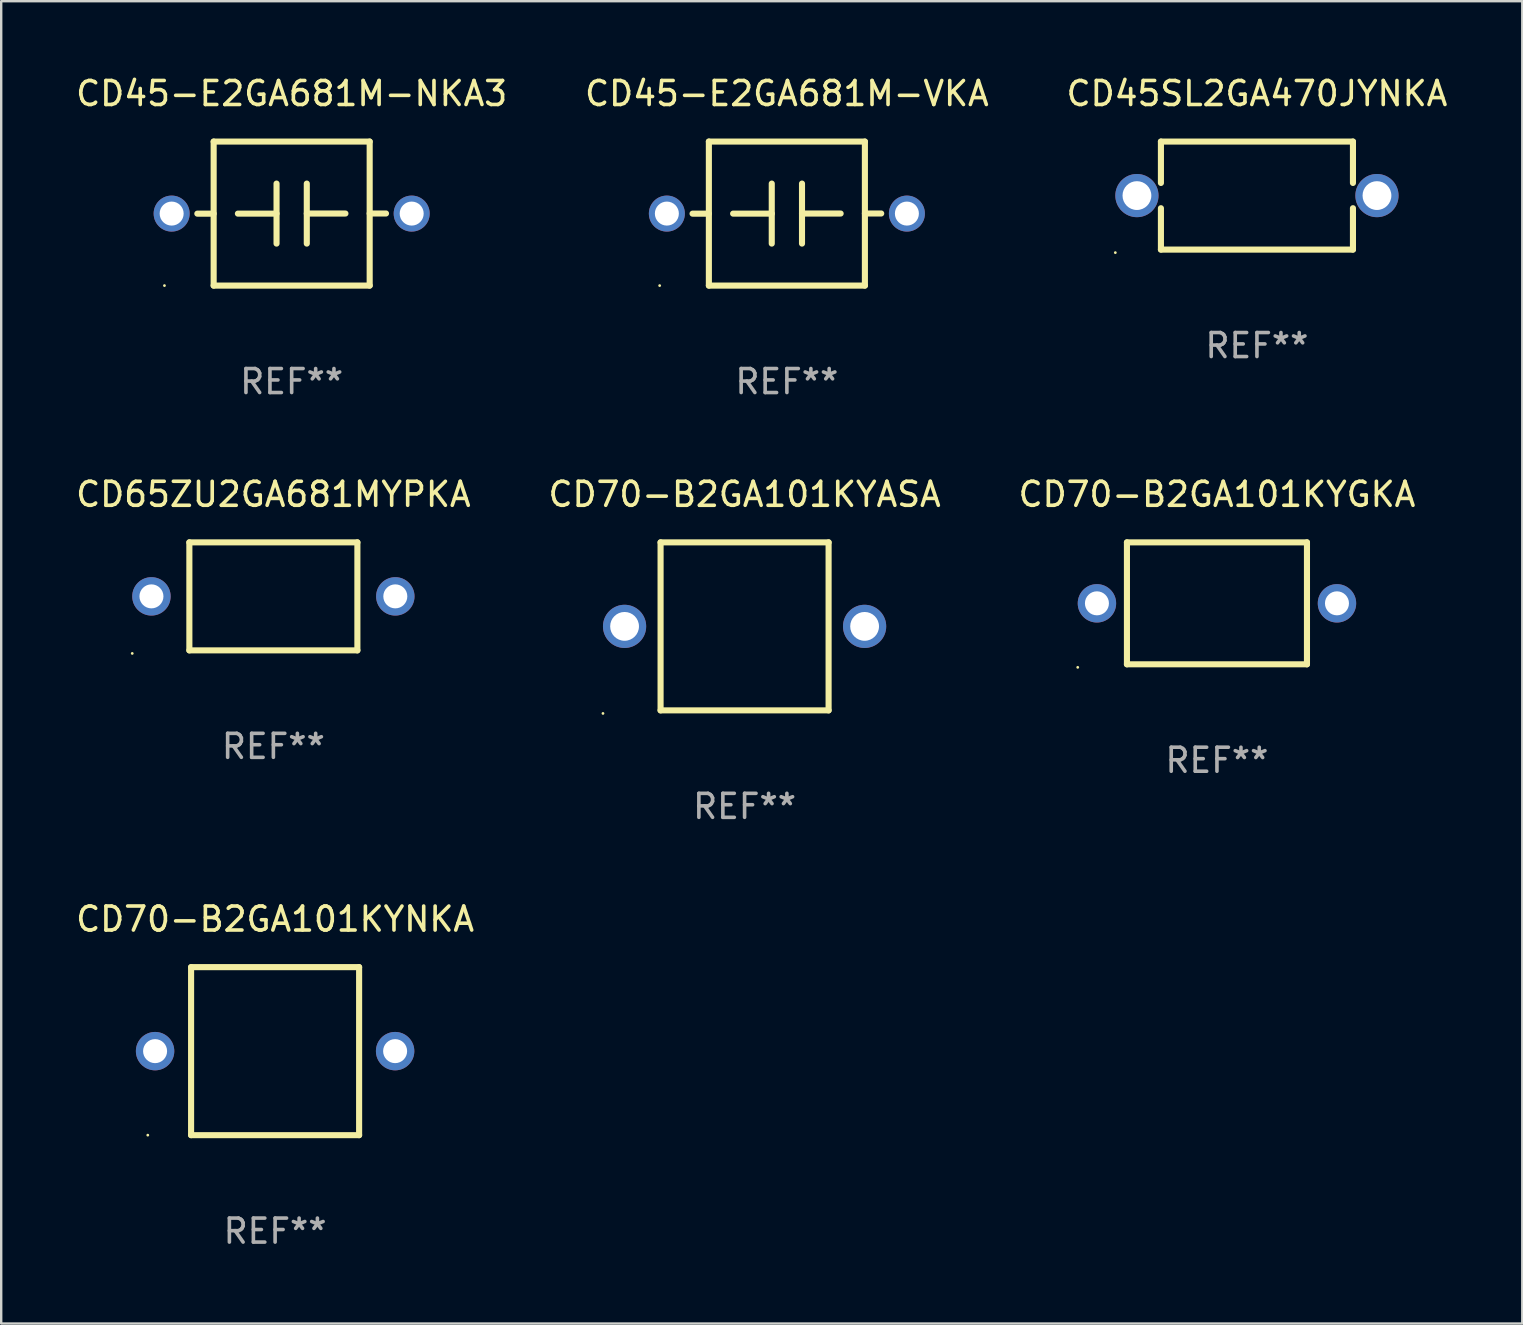
<source format=kicad_pcb>
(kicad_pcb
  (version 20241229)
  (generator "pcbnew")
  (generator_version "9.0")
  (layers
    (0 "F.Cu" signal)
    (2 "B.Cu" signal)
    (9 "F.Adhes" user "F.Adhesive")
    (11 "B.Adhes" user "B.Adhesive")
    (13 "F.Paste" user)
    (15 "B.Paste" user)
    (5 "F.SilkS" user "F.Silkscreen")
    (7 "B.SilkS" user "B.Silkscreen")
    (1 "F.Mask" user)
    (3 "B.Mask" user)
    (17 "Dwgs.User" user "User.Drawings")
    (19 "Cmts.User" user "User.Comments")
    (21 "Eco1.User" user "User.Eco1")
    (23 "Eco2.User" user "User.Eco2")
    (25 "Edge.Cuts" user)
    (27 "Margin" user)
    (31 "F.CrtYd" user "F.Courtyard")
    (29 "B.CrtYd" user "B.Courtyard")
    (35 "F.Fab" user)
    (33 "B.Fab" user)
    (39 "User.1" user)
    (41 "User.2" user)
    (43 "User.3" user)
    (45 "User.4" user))
  (footprint "CD45-E2GA681M-NKA3"
    (layer "F.Cu")
    (at 9.101 5.848)
    (property "Reference" "CD45-E2GA681M-NKA3" (at 0 -5 0) (layer "F.SilkS") (effects (font (size 1 1) (thickness 0.15))))
    (attr through_hole)
    (fp_line (start -3.25 0.003) (end -3.93 0.003) (stroke (width 0.254) (type solid)) (layer "F.SilkS"))
    (fp_line (start -3.25 -3) (end -3.25 3) (stroke (width 0.254) (type solid)) (layer "F.SilkS"))
    (fp_line (start -3.25 -3) (end 3.25 -3) (stroke (width 0.254) (type solid)) (layer "F.SilkS"))
    (fp_line (start -0.63 -1.25) (end -0.63 1.25) (stroke (width 0.254) (type solid)) (layer "F.SilkS"))
    (fp_line (start -0.63 0.002) (end -2.24 0.002) (stroke (width 0.254) (type solid)) (layer "F.SilkS"))
    (fp_line (start 0.63 -0.002) (end 2.24 -0.002) (stroke (width 0.254) (type solid)) (layer "F.SilkS"))
    (fp_line (start 0.63 1.25) (end 0.63 -1.25) (stroke (width 0.254) (type solid)) (layer "F.SilkS"))
    (fp_line (start 3.25 -3) (end 3.25 3) (stroke (width 0.254) (type solid)) (layer "F.SilkS"))
    (fp_line (start 3.25 -0.004) (end 3.93 -0.004) (stroke (width 0.254) (type solid)) (layer "F.SilkS"))
    (fp_line (start 3.25 3) (end -3.25 3) (stroke (width 0.254) (type solid)) (layer "F.SilkS"))
    (fp_circle (center -5.3 3) (end -5.27 3) (stroke (width 0.06) (type solid)) (fill no) (layer "F.SilkS"))
    (fp_text user "REF**" (at 0 7 0) (layer "F.Fab") (effects (font (size 1 1) (thickness 0.15))))
    (pad "1" thru_hole circle (at -5 0) (size 1.5 1.5) (drill 1) (layers "*.Cu" "*.Mask"))
    (pad "2" thru_hole circle (at 5 0) (size 1.5 1.5) (drill 1) (layers "*.Cu" "*.Mask")))
  (footprint "CD45-E2GA681M-VKA"
    (layer "F.Cu")
    (at 29.732 5.848)
    (property "Reference" "CD45-E2GA681M-VKA" (at 0 -5 0) (layer "F.SilkS") (effects (font (size 1 1) (thickness 0.15))))
    (attr through_hole)
    (fp_line (start -3.25 0.003) (end -3.93 0.003) (stroke (width 0.254) (type solid)) (layer "F.SilkS"))
    (fp_line (start -3.25 -3) (end -3.25 3) (stroke (width 0.254) (type solid)) (layer "F.SilkS"))
    (fp_line (start -3.25 -3) (end 3.25 -3) (stroke (width 0.254) (type solid)) (layer "F.SilkS"))
    (fp_line (start -0.63 -1.25) (end -0.63 1.25) (stroke (width 0.254) (type solid)) (layer "F.SilkS"))
    (fp_line (start -0.63 0.002) (end -2.24 0.002) (stroke (width 0.254) (type solid)) (layer "F.SilkS"))
    (fp_line (start 0.63 -0.002) (end 2.24 -0.002) (stroke (width 0.254) (type solid)) (layer "F.SilkS"))
    (fp_line (start 0.63 1.25) (end 0.63 -1.25) (stroke (width 0.254) (type solid)) (layer "F.SilkS"))
    (fp_line (start 3.25 -3) (end 3.25 3) (stroke (width 0.254) (type solid)) (layer "F.SilkS"))
    (fp_line (start 3.25 -0.004) (end 3.93 -0.004) (stroke (width 0.254) (type solid)) (layer "F.SilkS"))
    (fp_line (start 3.25 3) (end -3.25 3) (stroke (width 0.254) (type solid)) (layer "F.SilkS"))
    (fp_circle (center -5.3 3) (end -5.27 3) (stroke (width 0.06) (type solid)) (fill no) (layer "F.SilkS"))
    (fp_text user "REF**" (at 0 7 0) (layer "F.Fab") (effects (font (size 1 1) (thickness 0.15))))
    (pad "1" thru_hole circle (at -5 0) (size 1.5 1.5) (drill 1) (layers "*.Cu" "*.Mask"))
    (pad "2" thru_hole circle (at 5 0) (size 1.5 1.5) (drill 1) (layers "*.Cu" "*.Mask")))
  (footprint "CD65ZU2GA681MYPKA"
    (layer "F.Cu")
    (at 8.339 21.795)
    (property "Reference" "CD65ZU2GA681MYPKA" (at 0 -4.25 0) (layer "F.SilkS") (effects (font (size 1 1) (thickness 0.15))))
    (attr through_hole)
    (fp_line (start -3.5 -2.25) (end 3.5 -2.25) (stroke (width 0.254) (type solid)) (layer "F.SilkS"))
    (fp_line (start -3.5 2.25) (end -3.5 -2.25) (stroke (width 0.254) (type solid)) (layer "F.SilkS"))
    (fp_line (start 3.5 -2.25) (end 3.5 2.25) (stroke (width 0.254) (type solid)) (layer "F.SilkS"))
    (fp_line (start 3.5 2.25) (end -3.5 2.25) (stroke (width 0.254) (type solid)) (layer "F.SilkS"))
    (fp_circle (center -5.88 2.377) (end -5.85 2.377) (stroke (width 0.06) (type solid)) (fill no) (layer "F.SilkS"))
    (fp_text user "REF**" (at 0 6.25 0) (layer "F.Fab") (effects (font (size 1 1) (thickness 0.15))))
    (pad "1" thru_hole circle (at -5.08 0) (size 1.6 1.6) (drill 1) (layers "*.Cu" "*.Mask"))
    (pad "2" thru_hole circle (at 5.08 0) (size 1.6 1.6) (drill 1) (layers "*.Cu" "*.Mask")))
  (footprint "CD70-B2GA101KYNKA"
    (layer "F.Cu")
    (at 8.411 40.741)
    (property "Reference" "CD70-B2GA101KYNKA" (at 0 -5.5 0) (layer "F.SilkS") (effects (font (size 1 1) (thickness 0.15))))
    (attr through_hole)
    (fp_line (start -3.5 -3.5) (end 3.5 -3.5) (stroke (width 0.254) (type solid)) (layer "F.SilkS"))
    (fp_line (start -3.5 3.5) (end -3.5 -3.5) (stroke (width 0.254) (type solid)) (layer "F.SilkS"))
    (fp_line (start 3.5 -3.5) (end 3.5 3.5) (stroke (width 0.254) (type solid)) (layer "F.SilkS"))
    (fp_line (start 3.5 3.5) (end -3.5 3.5) (stroke (width 0.254) (type solid)) (layer "F.SilkS"))
    (fp_circle (center -5.304 3.5) (end -5.274 3.5) (stroke (width 0.06) (type solid)) (fill no) (layer "F.SilkS"))
    (fp_text user "REF**" (at 0 7.5 0) (layer "F.Fab") (effects (font (size 1 1) (thickness 0.15))))
    (pad "1" thru_hole circle (at -5 0) (size 1.6 1.6) (drill 1) (layers "*.Cu" "*.Mask"))
    (pad "2" thru_hole circle (at 5 0) (size 1.6 1.6) (drill 1) (layers "*.Cu" "*.Mask")))
  (footprint "CD45SL2GA470JYNKA"
    (layer "F.Cu")
    (at 49.315 5.098)
    (property "Reference" "CD45SL2GA470JYNKA" (at 0 -4.25 0) (layer "F.SilkS") (effects (font (size 1 1) (thickness 0.15))))
    (attr through_hole)
    (fp_line (start -4 -2.25) (end -4 -0.526) (stroke (width 0.254) (type solid)) (layer "F.SilkS"))
    (fp_line (start -4 -2.25) (end 4 -2.25) (stroke (width 0.254) (type solid)) (layer "F.SilkS"))
    (fp_line (start -4 0.526) (end -4 2.25) (stroke (width 0.254) (type solid)) (layer "F.SilkS"))
    (fp_line (start 4 -2.25) (end 4 -0.526) (stroke (width 0.254) (type solid)) (layer "F.SilkS"))
    (fp_line (start 4 0.526) (end 4 2.25) (stroke (width 0.254) (type solid)) (layer "F.SilkS"))
    (fp_line (start 4 2.25) (end -4 2.25) (stroke (width 0.254) (type solid)) (layer "F.SilkS"))
    (fp_circle (center -5.9 2.377) (end -5.87 2.377) (stroke (width 0.06) (type solid)) (fill no) (layer "F.SilkS"))
    (fp_text user "REF**" (at 0 6.25 0) (layer "F.Fab") (effects (font (size 1 1) (thickness 0.15))))
    (pad "1" thru_hole circle (at -5 0) (size 1.8 1.8) (drill 1.2) (layers "*.Cu" "*.Mask"))
    (pad "2" thru_hole circle (at 5 0) (size 1.8 1.8) (drill 1.2) (layers "*.Cu" "*.Mask")))
  (footprint "CD70-B2GA101KYGKA"
    (layer "F.Cu")
    (at 47.649 22.085)
    (property "Reference" "CD70-B2GA101KYGKA" (at 0 -4.54 0) (layer "F.SilkS") (effects (font (size 1 1) (thickness 0.15))))
    (attr through_hole)
    (fp_line (start -3.75 -2.54) (end 3.75 -2.54) (stroke (width 0.254) (type solid)) (layer "F.SilkS"))
    (fp_line (start -3.75 2.54) (end -3.75 -2.54) (stroke (width 0.254) (type solid)) (layer "F.SilkS"))
    (fp_line (start 3.75 -2.54) (end 3.75 2.54) (stroke (width 0.254) (type solid)) (layer "F.SilkS"))
    (fp_line (start 3.75 2.54) (end -3.75 2.54) (stroke (width 0.254) (type solid)) (layer "F.SilkS"))
    (fp_circle (center -5.8 2.667) (end -5.77 2.667) (stroke (width 0.06) (type solid)) (fill no) (layer "F.SilkS"))
    (fp_text user "REF**" (at 0 6.54 0) (layer "F.Fab") (effects (font (size 1 1) (thickness 0.15))))
    (pad "1" thru_hole circle (at -5 0) (size 1.6 1.6) (drill 1) (layers "*.Cu" "*.Mask"))
    (pad "2" thru_hole circle (at 5 0) (size 1.6 1.6) (drill 1) (layers "*.Cu" "*.Mask")))
  (footprint "CD70-B2GA101KYASA"
    (layer "F.Cu")
    (at 27.97 23.045)
    (property "Reference" "CD70-B2GA101KYASA" (at 0 -5.5 0) (layer "F.SilkS") (effects (font (size 1 1) (thickness 0.15))))
    (attr through_hole)
    (fp_line (start -3.5 -3.5) (end 3.5 -3.5) (stroke (width 0.254) (type solid)) (layer "F.SilkS"))
    (fp_line (start -3.5 3.5) (end -3.5 -3.5) (stroke (width 0.254) (type solid)) (layer "F.SilkS"))
    (fp_line (start 3.5 -3.5) (end 3.5 3.5) (stroke (width 0.254) (type solid)) (layer "F.SilkS"))
    (fp_line (start 3.5 3.5) (end -3.5 3.5) (stroke (width 0.254) (type solid)) (layer "F.SilkS"))
    (fp_circle (center -5.9 3.627) (end -5.87 3.627) (stroke (width 0.06) (type solid)) (fill no) (layer "F.SilkS"))
    (fp_text user "REF**" (at 0 7.5 0) (layer "F.Fab") (effects (font (size 1 1) (thickness 0.15))))
    (pad "1" thru_hole circle (at -5 0) (size 1.8 1.8) (drill 1.2) (layers "*.Cu" "*.Mask"))
    (pad "2" thru_hole circle (at 5 0) (size 1.8 1.8) (drill 1.2) (layers "*.Cu" "*.Mask")))
  (gr_rect
    (start -3 -3)
    (end 60.369 52.09)
    (stroke (width 0.1) (type default))
    (fill no)
    (layer "Edge.Cuts")))
</source>
